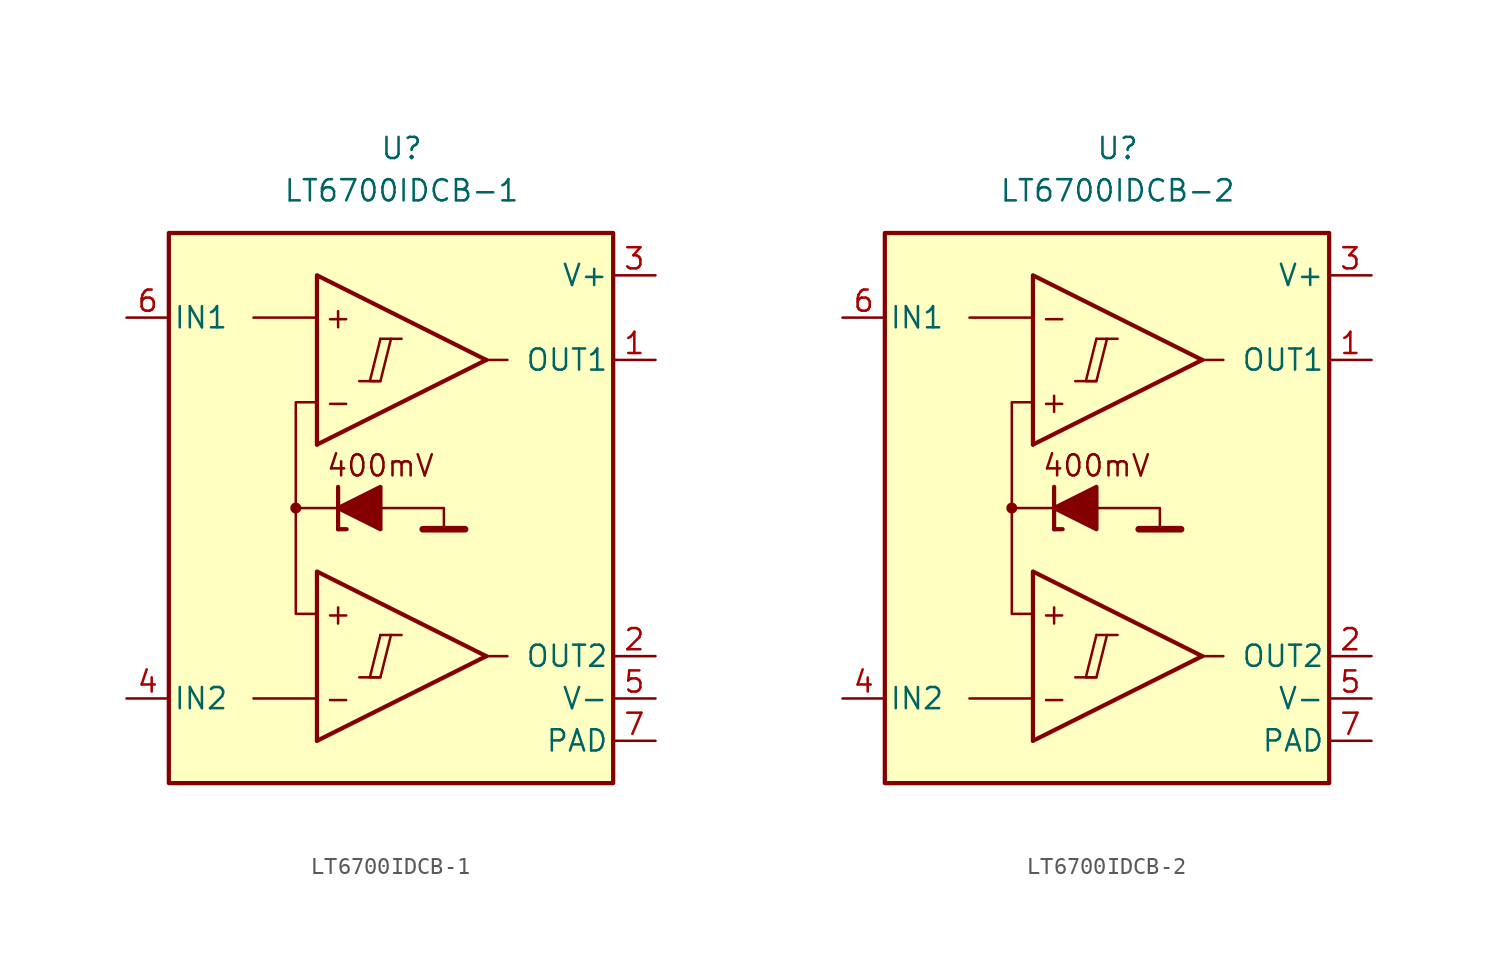
<source format=kicad_sym>
(kicad_symbol_lib
  (version 20231120)
  (generator "kicad_symbol_editor")
  (generator_version "8.0")
  (symbol "LT6700IDCB-1"
    (pin_names
      (offset 0.254))
    (property "Reference" "U"
      (at 0 22.86 0)
      (effects (font (size 1.27 1.27))))
    (property "Value" "LT6700IDCB-1"
      (at 0 20.32 0)
      (effects (font (size 1.27 1.27))))
    (symbol "LT6700IDCB-1_0_0"
      (rectangle (start -13.97 17.78) (end 12.7 -15.24) (stroke (width 0.254) (type default)) (fill (type background)))
      (circle (center -6.35 1.27) (radius 0.254) (stroke (width 0.152) (type default)) (fill (type outline)))
      (polyline (pts (xy -2.54 -8.89) (xy -1.27 -8.89)) (stroke (width 0.152) (type default)) (fill (type none)))
      (polyline (pts (xy -2.54 8.89) (xy -1.27 8.89)) (stroke (width 0.152) (type default)) (fill (type none)))
      (polyline (pts (xy -1.27 -6.35) (xy 0 -6.35)) (stroke (width 0.152) (type default)) (fill (type none)))
      (polyline (pts (xy -1.27 11.43) (xy 0 11.43)) (stroke (width 0.152) (type default)) (fill (type none)))
      (polyline (pts (xy 5.08 -7.62) (xy -5.08 -12.7)) (stroke (width 0.254) (type default)) (fill (type none)))
      (polyline (pts (xy 5.08 10.16) (xy -5.08 5.08)) (stroke (width 0.254) (type default)) (fill (type none)))
      (polyline (pts (xy 5.08 -7.62) (xy -5.08 -2.54) (xy -5.08 -12.7)) (stroke (width 0.254) (type default)) (fill (type background)))
      (polyline (pts (xy 5.08 10.16) (xy -5.08 15.24) (xy -5.08 5.08)) (stroke (width 0.254) (type default)) (fill (type background)))
      (polyline (pts (xy -1.27 -6.35) (xy -1.905 -8.89) (xy -1.27 -8.89) (xy -0.635 -6.35)) (stroke (width 0.152) (type default)) (fill (type none)))
      (polyline (pts (xy -1.27 11.43) (xy -1.905 8.89) (xy -1.27 8.89) (xy -0.635 11.43)) (stroke (width 0.152) (type default)) (fill (type none)))
      (text "+" (at -3.81 -5.08 0) (effects (font (size 1.27 1.27))))
      (text "+" (at -3.81 12.7 0) (effects (font (size 1.27 1.27))))
      (text "-" (at -3.81 -10.16 0) (effects (font (size 1.27 1.27))))
      (text "-" (at -3.81 7.62 0) (effects (font (size 1.27 1.27)))))
    (symbol "LT6700IDCB-1_0_1"
      (polyline (pts (xy -5.08 -10.16) (xy -8.89 -10.16)) (stroke (width 0) (type default)) (fill (type none)))
      (polyline (pts (xy -5.08 12.7) (xy -8.89 12.7)) (stroke (width 0) (type default)) (fill (type none)))
      (polyline (pts (xy -3.81 0) (xy -3.81 2.54)) (stroke (width 0.254) (type default)) (fill (type none)))
      (polyline (pts (xy -3.81 0) (xy -3.302 0)) (stroke (width 0.254) (type default)) (fill (type none)))
      (polyline (pts (xy -3.81 1.27) (xy -6.35 1.27)) (stroke (width 0.152) (type default)) (fill (type none)))
      (polyline (pts (xy 1.27 0) (xy 3.81 0)) (stroke (width 0.4) (type default)) (fill (type none)))
      (polyline (pts (xy 5.08 -7.62) (xy 6.35 -7.62)) (stroke (width 0) (type default)) (fill (type none)))
      (polyline (pts (xy 5.08 10.16) (xy 6.35 10.16)) (stroke (width 0) (type default)) (fill (type none)))
      (polyline (pts (xy -1.27 1.27) (xy 2.54 1.27) (xy 2.54 0)) (stroke (width 0.152) (type default)) (fill (type none)))
      (polyline (pts (xy -5.08 -5.08) (xy -6.35 -5.08) (xy -6.35 7.62) (xy -5.08 7.62)) (stroke (width 0.152) (type default)) (fill (type none)))
      (polyline (pts (xy -1.27 2.54) (xy -1.27 0) (xy -3.81 1.27) (xy -1.27 2.54)) (stroke (width 0.254) (type default)) (fill (type outline))))
    (symbol "LT6700IDCB-1_1_0"
      (text "400mV" (at -1.27 3.81 0) (effects (font (size 1.27 1.27)))))
    (symbol "LT6700IDCB-1_1_1"
      (pin output line (at 15.24 10.16 180) (length 2.54) (name "OUT1" (effects (font (size 1.27 1.27)))) (number "1" (effects (font (size 1.27 1.27)))))
      (pin output line (at 15.24 -7.62 180) (length 2.54) (name "OUT2" (effects (font (size 1.27 1.27)))) (number "2" (effects (font (size 1.27 1.27)))))
      (pin power_in line (at 15.24 15.24 180) (length 2.54) (name "V+" (effects (font (size 1.27 1.27)))) (number "3" (effects (font (size 1.27 1.27)))))
      (pin input line (at -16.51 -10.16 0) (length 2.54) (name "IN2" (effects (font (size 1.27 1.27)))) (number "4" (effects (font (size 1.27 1.27)))))
      (pin power_in line (at 15.24 -10.16 180) (length 2.54) (name "V-" (effects (font (size 1.27 1.27)))) (number "5" (effects (font (size 1.27 1.27)))))
      (pin input line (at -16.51 12.7 0) (length 2.54) (name "IN1" (effects (font (size 1.27 1.27)))) (number "6" (effects (font (size 1.27 1.27)))))
      (pin power_in line (at 15.24 -12.7 180) (length 2.54) (name "PAD" (effects (font (size 1.27 1.27)))) (number "7" (effects (font (size 1.27 1.27)))))))
  (symbol "LT6700IDCB-2"
    (pin_names
      (offset 0.254))
    (property "Reference" "U"
      (at 0 22.86 0)
      (effects (font (size 1.27 1.27))))
    (property "Value" "LT6700IDCB-2"
      (at 0 20.32 0)
      (effects (font (size 1.27 1.27))))
    (symbol "LT6700IDCB-2_0_0"
      (rectangle (start -13.97 17.78) (end 12.7 -15.24) (stroke (width 0.254) (type default)) (fill (type background)))
      (circle (center -6.35 1.27) (radius 0.254) (stroke (width 0.152) (type default)) (fill (type outline)))
      (polyline (pts (xy -2.54 -8.89) (xy -1.27 -8.89)) (stroke (width 0.152) (type default)) (fill (type none)))
      (polyline (pts (xy -2.54 8.89) (xy -1.27 8.89)) (stroke (width 0.152) (type default)) (fill (type none)))
      (polyline (pts (xy -1.27 -6.35) (xy 0 -6.35)) (stroke (width 0.152) (type default)) (fill (type none)))
      (polyline (pts (xy -1.27 11.43) (xy 0 11.43)) (stroke (width 0.152) (type default)) (fill (type none)))
      (polyline (pts (xy 5.08 -7.62) (xy -5.08 -12.7)) (stroke (width 0.254) (type default)) (fill (type none)))
      (polyline (pts (xy 5.08 10.16) (xy -5.08 5.08)) (stroke (width 0.254) (type default)) (fill (type none)))
      (polyline (pts (xy 5.08 -7.62) (xy -5.08 -2.54) (xy -5.08 -12.7)) (stroke (width 0.254) (type default)) (fill (type background)))
      (polyline (pts (xy 5.08 10.16) (xy -5.08 15.24) (xy -5.08 5.08)) (stroke (width 0.254) (type default)) (fill (type background)))
      (polyline (pts (xy -1.27 -6.35) (xy -1.905 -8.89) (xy -1.27 -8.89) (xy -0.635 -6.35)) (stroke (width 0.152) (type default)) (fill (type none)))
      (polyline (pts (xy -1.27 11.43) (xy -1.905 8.89) (xy -1.27 8.89) (xy -0.635 11.43)) (stroke (width 0.152) (type default)) (fill (type none)))
      (text "+" (at -3.81 -5.08 0) (effects (font (size 1.27 1.27))))
      (text "+" (at -3.81 7.62 0) (effects (font (size 1.27 1.27))))
      (text "-" (at -3.81 -10.16 0) (effects (font (size 1.27 1.27))))
      (text "-" (at -3.81 12.7 0) (effects (font (size 1.27 1.27)))))
    (symbol "LT6700IDCB-2_0_1"
      (polyline (pts (xy -5.08 -10.16) (xy -8.89 -10.16)) (stroke (width 0) (type default)) (fill (type none)))
      (polyline (pts (xy -5.08 12.7) (xy -8.89 12.7)) (stroke (width 0) (type default)) (fill (type none)))
      (polyline (pts (xy -3.81 0) (xy -3.81 2.54)) (stroke (width 0.254) (type default)) (fill (type none)))
      (polyline (pts (xy -3.81 0) (xy -3.302 0)) (stroke (width 0.254) (type default)) (fill (type none)))
      (polyline (pts (xy -3.81 1.27) (xy -6.35 1.27)) (stroke (width 0.152) (type default)) (fill (type none)))
      (polyline (pts (xy 1.27 0) (xy 3.81 0)) (stroke (width 0.4) (type default)) (fill (type none)))
      (polyline (pts (xy 5.08 -7.62) (xy 6.35 -7.62)) (stroke (width 0) (type default)) (fill (type none)))
      (polyline (pts (xy 5.08 10.16) (xy 6.35 10.16)) (stroke (width 0) (type default)) (fill (type none)))
      (polyline (pts (xy -1.27 1.27) (xy 2.54 1.27) (xy 2.54 0)) (stroke (width 0.152) (type default)) (fill (type none)))
      (polyline (pts (xy -5.08 -5.08) (xy -6.35 -5.08) (xy -6.35 7.62) (xy -5.08 7.62)) (stroke (width 0.152) (type default)) (fill (type none)))
      (polyline (pts (xy -1.27 2.54) (xy -1.27 0) (xy -3.81 1.27) (xy -1.27 2.54)) (stroke (width 0.254) (type default)) (fill (type outline))))
    (symbol "LT6700IDCB-2_1_0"
      (text "400mV" (at -1.27 3.81 0) (effects (font (size 1.27 1.27)))))
    (symbol "LT6700IDCB-2_1_1"
      (pin output line (at 15.24 10.16 180) (length 2.54) (name "OUT1" (effects (font (size 1.27 1.27)))) (number "1" (effects (font (size 1.27 1.27)))))
      (pin output line (at 15.24 -7.62 180) (length 2.54) (name "OUT2" (effects (font (size 1.27 1.27)))) (number "2" (effects (font (size 1.27 1.27)))))
      (pin power_in line (at 15.24 15.24 180) (length 2.54) (name "V+" (effects (font (size 1.27 1.27)))) (number "3" (effects (font (size 1.27 1.27)))))
      (pin input line (at -16.51 -10.16 0) (length 2.54) (name "IN2" (effects (font (size 1.27 1.27)))) (number "4" (effects (font (size 1.27 1.27)))))
      (pin power_in line (at 15.24 -10.16 180) (length 2.54) (name "V-" (effects (font (size 1.27 1.27)))) (number "5" (effects (font (size 1.27 1.27)))))
      (pin input line (at -16.51 12.7 0) (length 2.54) (name "IN1" (effects (font (size 1.27 1.27)))) (number "6" (effects (font (size 1.27 1.27)))))
      (pin power_in line (at 15.24 -12.7 180) (length 2.54) (name "PAD" (effects (font (size 1.27 1.27)))) (number "7" (effects (font (size 1.27 1.27))))))))
</source>
